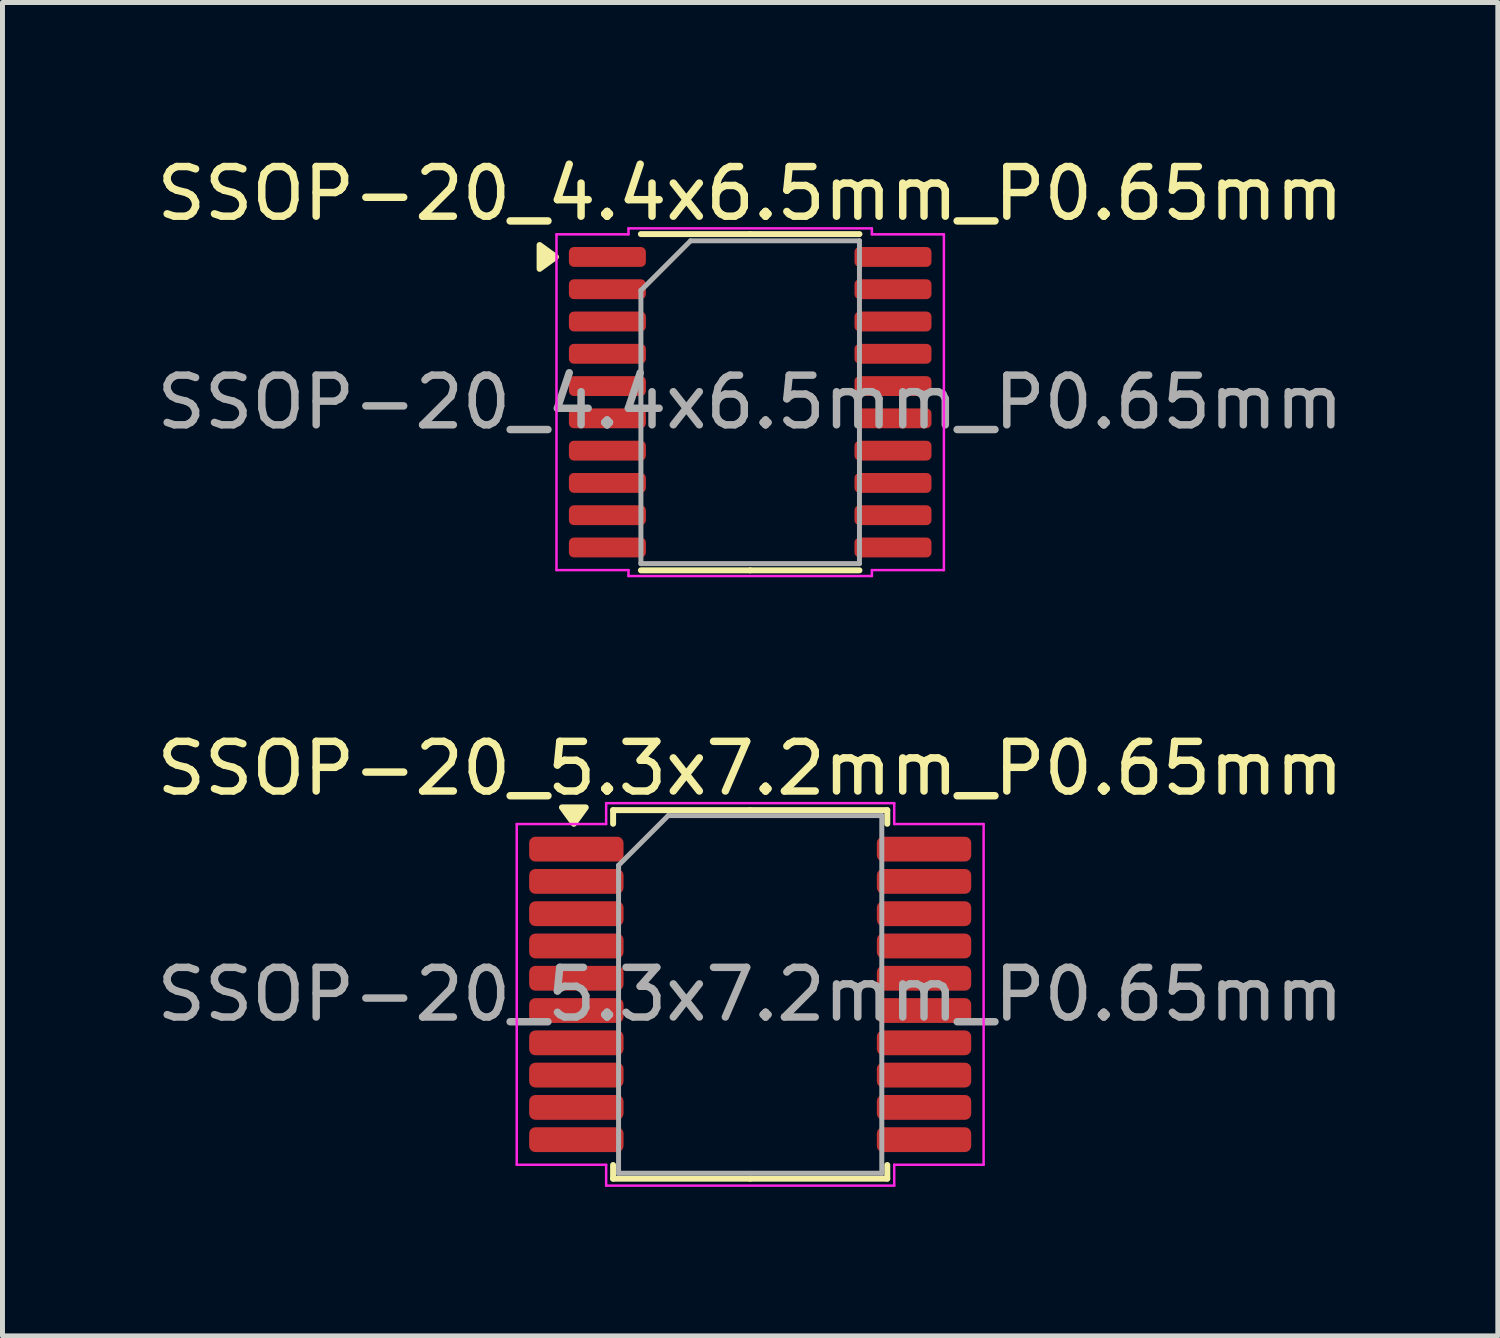
<source format=kicad_pcb>
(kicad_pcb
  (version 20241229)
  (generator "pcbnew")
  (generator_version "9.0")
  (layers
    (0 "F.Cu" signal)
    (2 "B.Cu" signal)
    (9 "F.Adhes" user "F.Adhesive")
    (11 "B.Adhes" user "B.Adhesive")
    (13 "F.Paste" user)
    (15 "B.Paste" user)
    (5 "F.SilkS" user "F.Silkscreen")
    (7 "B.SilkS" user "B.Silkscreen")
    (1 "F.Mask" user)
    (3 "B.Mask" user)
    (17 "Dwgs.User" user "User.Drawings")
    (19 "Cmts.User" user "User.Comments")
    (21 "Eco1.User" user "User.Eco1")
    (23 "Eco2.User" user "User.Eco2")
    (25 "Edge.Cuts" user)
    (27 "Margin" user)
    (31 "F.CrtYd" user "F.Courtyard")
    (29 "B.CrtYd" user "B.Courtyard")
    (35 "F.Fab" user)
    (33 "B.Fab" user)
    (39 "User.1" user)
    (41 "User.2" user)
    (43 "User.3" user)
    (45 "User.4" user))
  (footprint "SSOP-20_5.3x7.2mm_P0.65mm"
    (layer "F.Cu")
    (at 12.054 16.971)
    (property "Reference" "SSOP-20_5.3x7.2mm_P0.65mm" (at 0 -4.55 0) (layer "F.SilkS") (effects (font (size 1 1) (thickness 0.15))))
    (attr smd)
    (fp_line (start -2.76 -3.71) (end -2.76 -3.435) (stroke (width 0.12) (type solid)) (layer "F.SilkS"))
    (fp_line (start -2.76 3.71) (end -2.76 3.435) (stroke (width 0.12) (type solid)) (layer "F.SilkS"))
    (fp_line (start 0 -3.71) (end -2.76 -3.71) (stroke (width 0.12) (type solid)) (layer "F.SilkS"))
    (fp_line (start 0 -3.71) (end 2.76 -3.71) (stroke (width 0.12) (type solid)) (layer "F.SilkS"))
    (fp_line (start 0 3.71) (end -2.76 3.71) (stroke (width 0.12) (type solid)) (layer "F.SilkS"))
    (fp_line (start 0 3.71) (end 2.76 3.71) (stroke (width 0.12) (type solid)) (layer "F.SilkS"))
    (fp_line (start 2.76 -3.71) (end 2.76 -3.435) (stroke (width 0.12) (type solid)) (layer "F.SilkS"))
    (fp_line (start 2.76 3.71) (end 2.76 3.435) (stroke (width 0.12) (type solid)) (layer "F.SilkS"))
    (fp_poly (pts (xy -3.55 -3.435) (xy -3.79 -3.765) (xy -3.31 -3.765)) (stroke (width 0.12) (type solid)) (fill yes) (layer "F.SilkS"))
    (fp_line (start -4.7 -3.43) (end -2.9 -3.43) (stroke (width 0.05) (type solid)) (layer "F.CrtYd"))
    (fp_line (start -4.7 3.43) (end -4.7 -3.43) (stroke (width 0.05) (type solid)) (layer "F.CrtYd"))
    (fp_line (start -2.9 -3.85) (end 2.9 -3.85) (stroke (width 0.05) (type solid)) (layer "F.CrtYd"))
    (fp_line (start -2.9 -3.43) (end -2.9 -3.85) (stroke (width 0.05) (type solid)) (layer "F.CrtYd"))
    (fp_line (start -2.9 3.43) (end -4.7 3.43) (stroke (width 0.05) (type solid)) (layer "F.CrtYd"))
    (fp_line (start -2.9 3.85) (end -2.9 3.43) (stroke (width 0.05) (type solid)) (layer "F.CrtYd"))
    (fp_line (start 2.9 -3.85) (end 2.9 -3.43) (stroke (width 0.05) (type solid)) (layer "F.CrtYd"))
    (fp_line (start 2.9 -3.43) (end 4.7 -3.43) (stroke (width 0.05) (type solid)) (layer "F.CrtYd"))
    (fp_line (start 2.9 3.43) (end 2.9 3.85) (stroke (width 0.05) (type solid)) (layer "F.CrtYd"))
    (fp_line (start 2.9 3.85) (end -2.9 3.85) (stroke (width 0.05) (type solid)) (layer "F.CrtYd"))
    (fp_line (start 4.7 -3.43) (end 4.7 3.43) (stroke (width 0.05) (type solid)) (layer "F.CrtYd"))
    (fp_line (start 4.7 3.43) (end 2.9 3.43) (stroke (width 0.05) (type solid)) (layer "F.CrtYd"))
    (fp_line (start -2.65 -2.6) (end -1.65 -3.6) (stroke (width 0.1) (type solid)) (layer "F.Fab"))
    (fp_line (start -2.65 3.6) (end -2.65 -2.6) (stroke (width 0.1) (type solid)) (layer "F.Fab"))
    (fp_line (start -1.65 -3.6) (end 2.65 -3.6) (stroke (width 0.1) (type solid)) (layer "F.Fab"))
    (fp_line (start 2.65 -3.6) (end 2.65 3.6) (stroke (width 0.1) (type solid)) (layer "F.Fab"))
    (fp_line (start 2.65 3.6) (end -2.65 3.6) (stroke (width 0.1) (type solid)) (layer "F.Fab"))
    (fp_text user "${REFERENCE}" (at 0 0 0) (layer "F.Fab") (effects (font (size 1 1) (thickness 0.15))))
    (pad "1" smd roundrect (at -3.5 -2.925) (size 1.9 0.5) (layers "F.Cu" "F.Mask" "F.Paste") (roundrect_rratio 0.25))
    (pad "2" smd roundrect (at -3.5 -2.275) (size 1.9 0.5) (layers "F.Cu" "F.Mask" "F.Paste") (roundrect_rratio 0.25))
    (pad "3" smd roundrect (at -3.5 -1.625) (size 1.9 0.5) (layers "F.Cu" "F.Mask" "F.Paste") (roundrect_rratio 0.25))
    (pad "4" smd roundrect (at -3.5 -0.975) (size 1.9 0.5) (layers "F.Cu" "F.Mask" "F.Paste") (roundrect_rratio 0.25))
    (pad "5" smd roundrect (at -3.5 -0.325) (size 1.9 0.5) (layers "F.Cu" "F.Mask" "F.Paste") (roundrect_rratio 0.25))
    (pad "6" smd roundrect (at -3.5 0.325) (size 1.9 0.5) (layers "F.Cu" "F.Mask" "F.Paste") (roundrect_rratio 0.25))
    (pad "7" smd roundrect (at -3.5 0.975) (size 1.9 0.5) (layers "F.Cu" "F.Mask" "F.Paste") (roundrect_rratio 0.25))
    (pad "8" smd roundrect (at -3.5 1.625) (size 1.9 0.5) (layers "F.Cu" "F.Mask" "F.Paste") (roundrect_rratio 0.25))
    (pad "9" smd roundrect (at -3.5 2.275) (size 1.9 0.5) (layers "F.Cu" "F.Mask" "F.Paste") (roundrect_rratio 0.25))
    (pad "10" smd roundrect (at -3.5 2.925) (size 1.9 0.5) (layers "F.Cu" "F.Mask" "F.Paste") (roundrect_rratio 0.25))
    (pad "11" smd roundrect (at 3.5 2.925) (size 1.9 0.5) (layers "F.Cu" "F.Mask" "F.Paste") (roundrect_rratio 0.25))
    (pad "12" smd roundrect (at 3.5 2.275) (size 1.9 0.5) (layers "F.Cu" "F.Mask" "F.Paste") (roundrect_rratio 0.25))
    (pad "13" smd roundrect (at 3.5 1.625) (size 1.9 0.5) (layers "F.Cu" "F.Mask" "F.Paste") (roundrect_rratio 0.25))
    (pad "14" smd roundrect (at 3.5 0.975) (size 1.9 0.5) (layers "F.Cu" "F.Mask" "F.Paste") (roundrect_rratio 0.25))
    (pad "15" smd roundrect (at 3.5 0.325) (size 1.9 0.5) (layers "F.Cu" "F.Mask" "F.Paste") (roundrect_rratio 0.25))
    (pad "16" smd roundrect (at 3.5 -0.325) (size 1.9 0.5) (layers "F.Cu" "F.Mask" "F.Paste") (roundrect_rratio 0.25))
    (pad "17" smd roundrect (at 3.5 -0.975) (size 1.9 0.5) (layers "F.Cu" "F.Mask" "F.Paste") (roundrect_rratio 0.25))
    (pad "18" smd roundrect (at 3.5 -1.625) (size 1.9 0.5) (layers "F.Cu" "F.Mask" "F.Paste") (roundrect_rratio 0.25))
    (pad "19" smd roundrect (at 3.5 -2.275) (size 1.9 0.5) (layers "F.Cu" "F.Mask" "F.Paste") (roundrect_rratio 0.25))
    (pad "20" smd roundrect (at 3.5 -2.925) (size 1.9 0.5) (layers "F.Cu" "F.Mask" "F.Paste") (roundrect_rratio 0.25)))
  (footprint "SSOP-20_4.4x6.5mm_P0.65mm"
    (layer "F.Cu")
    (at 12.054 5.048)
    (property "Reference" "SSOP-20_4.4x6.5mm_P0.65mm" (at 0 -4.2 0) (layer "F.SilkS") (effects (font (size 1 1) (thickness 0.15))))
    (attr smd)
    (fp_line (start 0 -3.385) (end -2.2 -3.385) (stroke (width 0.12) (type solid)) (layer "F.SilkS"))
    (fp_line (start 0 -3.385) (end 2.2 -3.385) (stroke (width 0.12) (type solid)) (layer "F.SilkS"))
    (fp_line (start 0 3.385) (end -2.2 3.385) (stroke (width 0.12) (type solid)) (layer "F.SilkS"))
    (fp_line (start 0 3.385) (end 2.2 3.385) (stroke (width 0.12) (type solid)) (layer "F.SilkS"))
    (fp_poly (pts (xy -3.91 -2.925) (xy -4.24 -2.685) (xy -4.24 -3.165)) (stroke (width 0.12) (type solid)) (fill yes) (layer "F.SilkS"))
    (fp_line (start -3.9 -3.38) (end -2.45 -3.38) (stroke (width 0.05) (type solid)) (layer "F.CrtYd"))
    (fp_line (start -3.9 3.38) (end -3.9 -3.38) (stroke (width 0.05) (type solid)) (layer "F.CrtYd"))
    (fp_line (start -2.45 -3.5) (end 2.45 -3.5) (stroke (width 0.05) (type solid)) (layer "F.CrtYd"))
    (fp_line (start -2.45 -3.38) (end -2.45 -3.5) (stroke (width 0.05) (type solid)) (layer "F.CrtYd"))
    (fp_line (start -2.45 3.38) (end -3.9 3.38) (stroke (width 0.05) (type solid)) (layer "F.CrtYd"))
    (fp_line (start -2.45 3.5) (end -2.45 3.38) (stroke (width 0.05) (type solid)) (layer "F.CrtYd"))
    (fp_line (start 2.45 -3.5) (end 2.45 -3.38) (stroke (width 0.05) (type solid)) (layer "F.CrtYd"))
    (fp_line (start 2.45 -3.38) (end 3.9 -3.38) (stroke (width 0.05) (type solid)) (layer "F.CrtYd"))
    (fp_line (start 2.45 3.38) (end 2.45 3.5) (stroke (width 0.05) (type solid)) (layer "F.CrtYd"))
    (fp_line (start 2.45 3.5) (end -2.45 3.5) (stroke (width 0.05) (type solid)) (layer "F.CrtYd"))
    (fp_line (start 3.9 -3.38) (end 3.9 3.38) (stroke (width 0.05) (type solid)) (layer "F.CrtYd"))
    (fp_line (start 3.9 3.38) (end 2.45 3.38) (stroke (width 0.05) (type solid)) (layer "F.CrtYd"))
    (fp_line (start -2.2 -2.25) (end -1.2 -3.25) (stroke (width 0.1) (type solid)) (layer "F.Fab"))
    (fp_line (start -2.2 3.25) (end -2.2 -2.25) (stroke (width 0.1) (type solid)) (layer "F.Fab"))
    (fp_line (start -1.2 -3.25) (end 2.2 -3.25) (stroke (width 0.1) (type solid)) (layer "F.Fab"))
    (fp_line (start 2.2 -3.25) (end 2.2 3.25) (stroke (width 0.1) (type solid)) (layer "F.Fab"))
    (fp_line (start 2.2 3.25) (end -2.2 3.25) (stroke (width 0.1) (type solid)) (layer "F.Fab"))
    (fp_text user "${REFERENCE}" (at 0 0 0) (layer "F.Fab") (effects (font (size 1 1) (thickness 0.15))))
    (pad "1" smd roundrect (at -2.875 -2.925) (size 1.55 0.4) (layers "F.Cu" "F.Mask" "F.Paste") (roundrect_rratio 0.25))
    (pad "2" smd roundrect (at -2.875 -2.275) (size 1.55 0.4) (layers "F.Cu" "F.Mask" "F.Paste") (roundrect_rratio 0.25))
    (pad "3" smd roundrect (at -2.875 -1.625) (size 1.55 0.4) (layers "F.Cu" "F.Mask" "F.Paste") (roundrect_rratio 0.25))
    (pad "4" smd roundrect (at -2.875 -0.975) (size 1.55 0.4) (layers "F.Cu" "F.Mask" "F.Paste") (roundrect_rratio 0.25))
    (pad "5" smd roundrect (at -2.875 -0.325) (size 1.55 0.4) (layers "F.Cu" "F.Mask" "F.Paste") (roundrect_rratio 0.25))
    (pad "6" smd roundrect (at -2.875 0.325) (size 1.55 0.4) (layers "F.Cu" "F.Mask" "F.Paste") (roundrect_rratio 0.25))
    (pad "7" smd roundrect (at -2.875 0.975) (size 1.55 0.4) (layers "F.Cu" "F.Mask" "F.Paste") (roundrect_rratio 0.25))
    (pad "8" smd roundrect (at -2.875 1.625) (size 1.55 0.4) (layers "F.Cu" "F.Mask" "F.Paste") (roundrect_rratio 0.25))
    (pad "9" smd roundrect (at -2.875 2.275) (size 1.55 0.4) (layers "F.Cu" "F.Mask" "F.Paste") (roundrect_rratio 0.25))
    (pad "10" smd roundrect (at -2.875 2.925) (size 1.55 0.4) (layers "F.Cu" "F.Mask" "F.Paste") (roundrect_rratio 0.25))
    (pad "11" smd roundrect (at 2.875 2.925) (size 1.55 0.4) (layers "F.Cu" "F.Mask" "F.Paste") (roundrect_rratio 0.25))
    (pad "12" smd roundrect (at 2.875 2.275) (size 1.55 0.4) (layers "F.Cu" "F.Mask" "F.Paste") (roundrect_rratio 0.25))
    (pad "13" smd roundrect (at 2.875 1.625) (size 1.55 0.4) (layers "F.Cu" "F.Mask" "F.Paste") (roundrect_rratio 0.25))
    (pad "14" smd roundrect (at 2.875 0.975) (size 1.55 0.4) (layers "F.Cu" "F.Mask" "F.Paste") (roundrect_rratio 0.25))
    (pad "15" smd roundrect (at 2.875 0.325) (size 1.55 0.4) (layers "F.Cu" "F.Mask" "F.Paste") (roundrect_rratio 0.25))
    (pad "16" smd roundrect (at 2.875 -0.325) (size 1.55 0.4) (layers "F.Cu" "F.Mask" "F.Paste") (roundrect_rratio 0.25))
    (pad "17" smd roundrect (at 2.875 -0.975) (size 1.55 0.4) (layers "F.Cu" "F.Mask" "F.Paste") (roundrect_rratio 0.25))
    (pad "18" smd roundrect (at 2.875 -1.625) (size 1.55 0.4) (layers "F.Cu" "F.Mask" "F.Paste") (roundrect_rratio 0.25))
    (pad "19" smd roundrect (at 2.875 -2.275) (size 1.55 0.4) (layers "F.Cu" "F.Mask" "F.Paste") (roundrect_rratio 0.25))
    (pad "20" smd roundrect (at 2.875 -2.925) (size 1.55 0.4) (layers "F.Cu" "F.Mask" "F.Paste") (roundrect_rratio 0.25)))
  (gr_rect
    (start -3 -3)
    (end 27.107 23.846)
    (stroke (width 0.1) (type default))
    (fill no)
    (layer "Edge.Cuts")))
</source>
